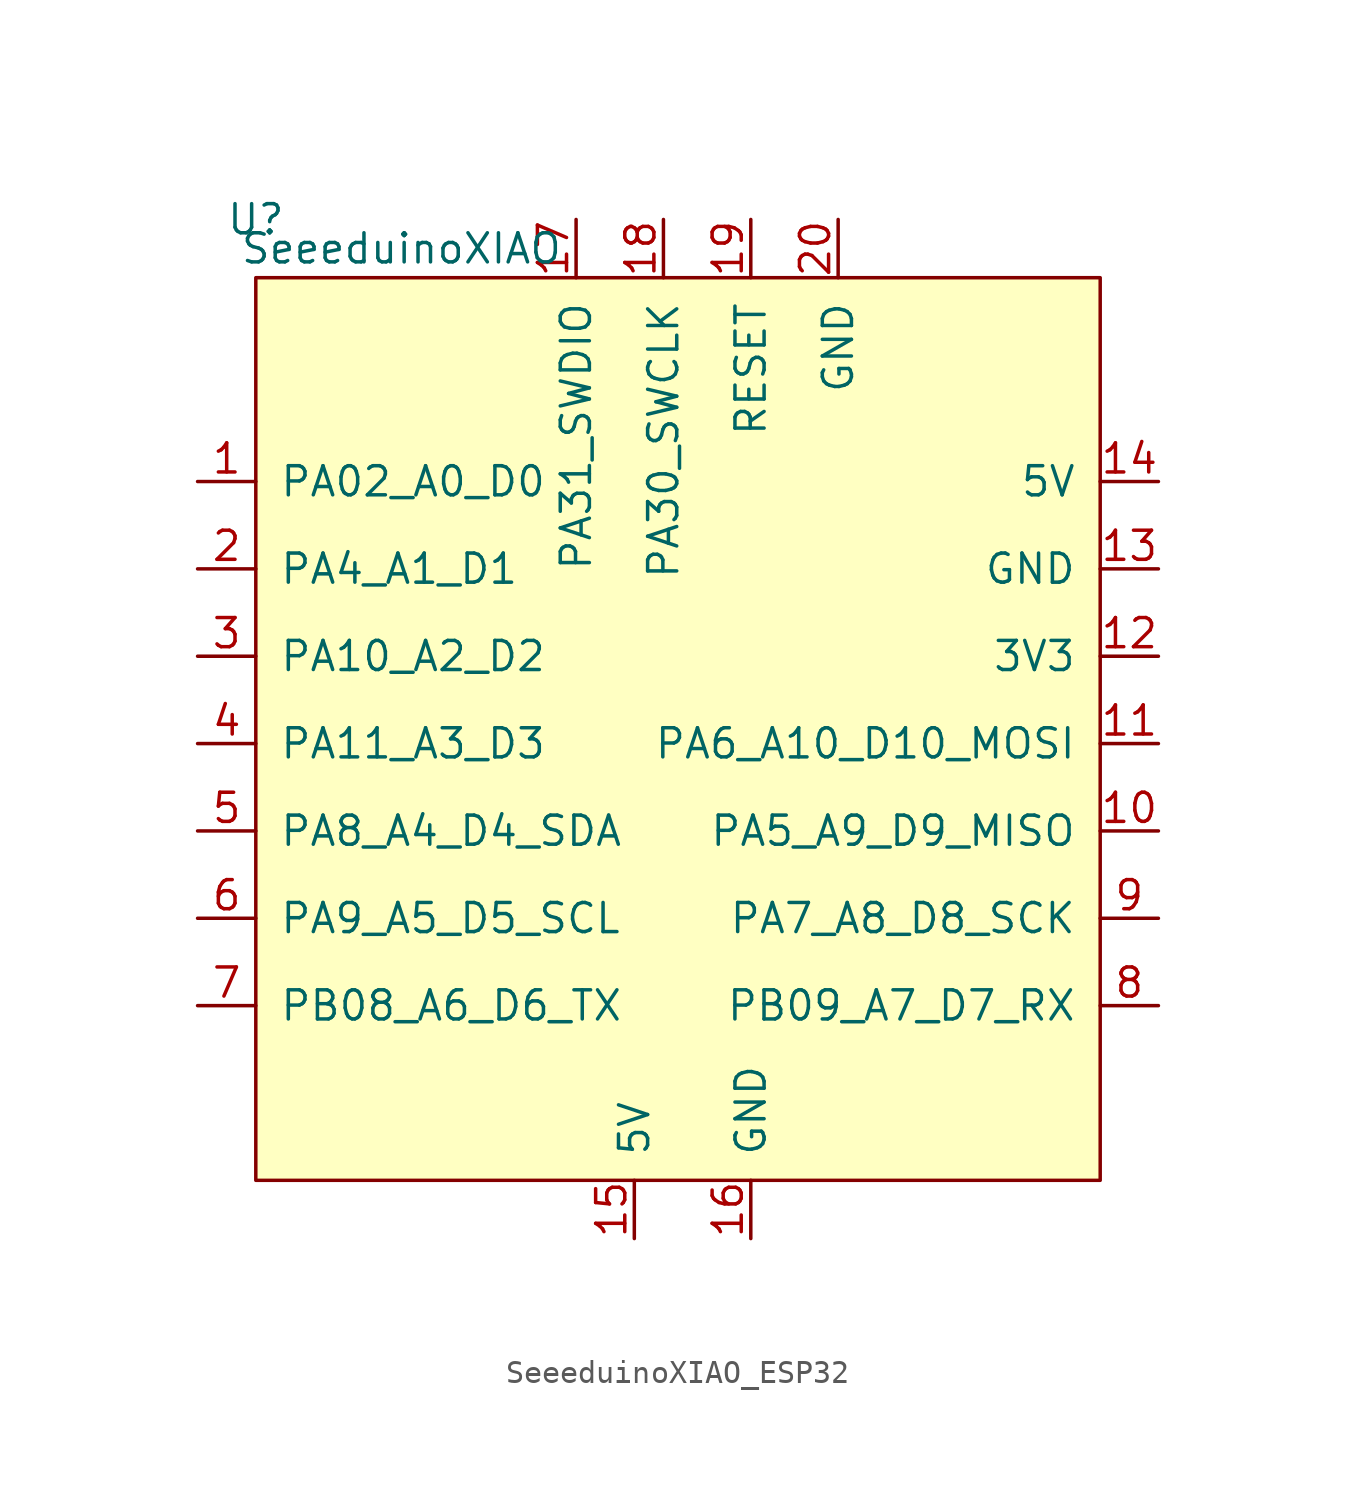
<source format=kicad_sym>
(kicad_symbol_lib
  (version 20220914)
  (generator kicad_symbol_editor)
  (symbol "SeeeduinoXIAO_ESP32"
    (pin_names
      (offset 1.016))
    (property "Reference" "U"
      (at -19.05 22.86 0)
      (effects (font (size 1.27 1.27))))
    (property "Value" "SeeeduinoXIAO"
      (at -12.7 21.59 0)
      (effects (font (size 1.27 1.27))))
    (symbol "SeeeduinoXIAO_ESP32_1_1"
      (rectangle (start -19.05 20.32) (end 17.78 -19.05) (stroke (width 0) (type solid)) (fill (type background)))
      (pin unspecified line (at -21.59 11.43 0) (length 2.54) (name "PA02_A0_D0" (effects (font (size 1.27 1.27)))) (number "1" (effects (font (size 1.27 1.27)))))
      (pin unspecified line (at 20.32 -3.81 180) (length 2.54) (name "PA5_A9_D9_MISO" (effects (font (size 1.27 1.27)))) (number "10" (effects (font (size 1.27 1.27)))))
      (pin unspecified line (at 20.32 0 180) (length 2.54) (name "PA6_A10_D10_MOSI" (effects (font (size 1.27 1.27)))) (number "11" (effects (font (size 1.27 1.27)))))
      (pin unspecified line (at 20.32 3.81 180) (length 2.54) (name "3V3" (effects (font (size 1.27 1.27)))) (number "12" (effects (font (size 1.27 1.27)))))
      (pin unspecified line (at 20.32 7.62 180) (length 2.54) (name "GND" (effects (font (size 1.27 1.27)))) (number "13" (effects (font (size 1.27 1.27)))))
      (pin unspecified line (at 20.32 11.43 180) (length 2.54) (name "5V" (effects (font (size 1.27 1.27)))) (number "14" (effects (font (size 1.27 1.27)))))
      (pin input line (at -2.54 -21.59 90) (length 2.54) (name "5V" (effects (font (size 1.27 1.27)))) (number "15" (effects (font (size 1.27 1.27)))))
      (pin input line (at 2.54 -21.59 90) (length 2.54) (name "GND" (effects (font (size 1.27 1.27)))) (number "16" (effects (font (size 1.27 1.27)))))
      (pin input line (at -5.08 22.86 270) (length 2.54) (name "PA31_SWDIO" (effects (font (size 1.27 1.27)))) (number "17" (effects (font (size 1.27 1.27)))))
      (pin input line (at -1.27 22.86 270) (length 2.54) (name "PA30_SWCLK" (effects (font (size 1.27 1.27)))) (number "18" (effects (font (size 1.27 1.27)))))
      (pin input line (at 2.54 22.86 270) (length 2.54) (name "RESET" (effects (font (size 1.27 1.27)))) (number "19" (effects (font (size 1.27 1.27)))))
      (pin unspecified line (at -21.59 7.62 0) (length 2.54) (name "PA4_A1_D1" (effects (font (size 1.27 1.27)))) (number "2" (effects (font (size 1.27 1.27)))))
      (pin input line (at 6.35 22.86 270) (length 2.54) (name "GND" (effects (font (size 1.27 1.27)))) (number "20" (effects (font (size 1.27 1.27)))))
      (pin unspecified line (at -21.59 3.81 0) (length 2.54) (name "PA10_A2_D2" (effects (font (size 1.27 1.27)))) (number "3" (effects (font (size 1.27 1.27)))))
      (pin unspecified line (at -21.59 0 0) (length 2.54) (name "PA11_A3_D3" (effects (font (size 1.27 1.27)))) (number "4" (effects (font (size 1.27 1.27)))))
      (pin unspecified line (at -21.59 -3.81 0) (length 2.54) (name "PA8_A4_D4_SDA" (effects (font (size 1.27 1.27)))) (number "5" (effects (font (size 1.27 1.27)))))
      (pin unspecified line (at -21.59 -7.62 0) (length 2.54) (name "PA9_A5_D5_SCL" (effects (font (size 1.27 1.27)))) (number "6" (effects (font (size 1.27 1.27)))))
      (pin unspecified line (at -21.59 -11.43 0) (length 2.54) (name "PB08_A6_D6_TX" (effects (font (size 1.27 1.27)))) (number "7" (effects (font (size 1.27 1.27)))))
      (pin unspecified line (at 20.32 -11.43 180) (length 2.54) (name "PB09_A7_D7_RX" (effects (font (size 1.27 1.27)))) (number "8" (effects (font (size 1.27 1.27)))))
      (pin unspecified line (at 20.32 -7.62 180) (length 2.54) (name "PA7_A8_D8_SCK" (effects (font (size 1.27 1.27)))) (number "9" (effects (font (size 1.27 1.27))))))))
</source>
